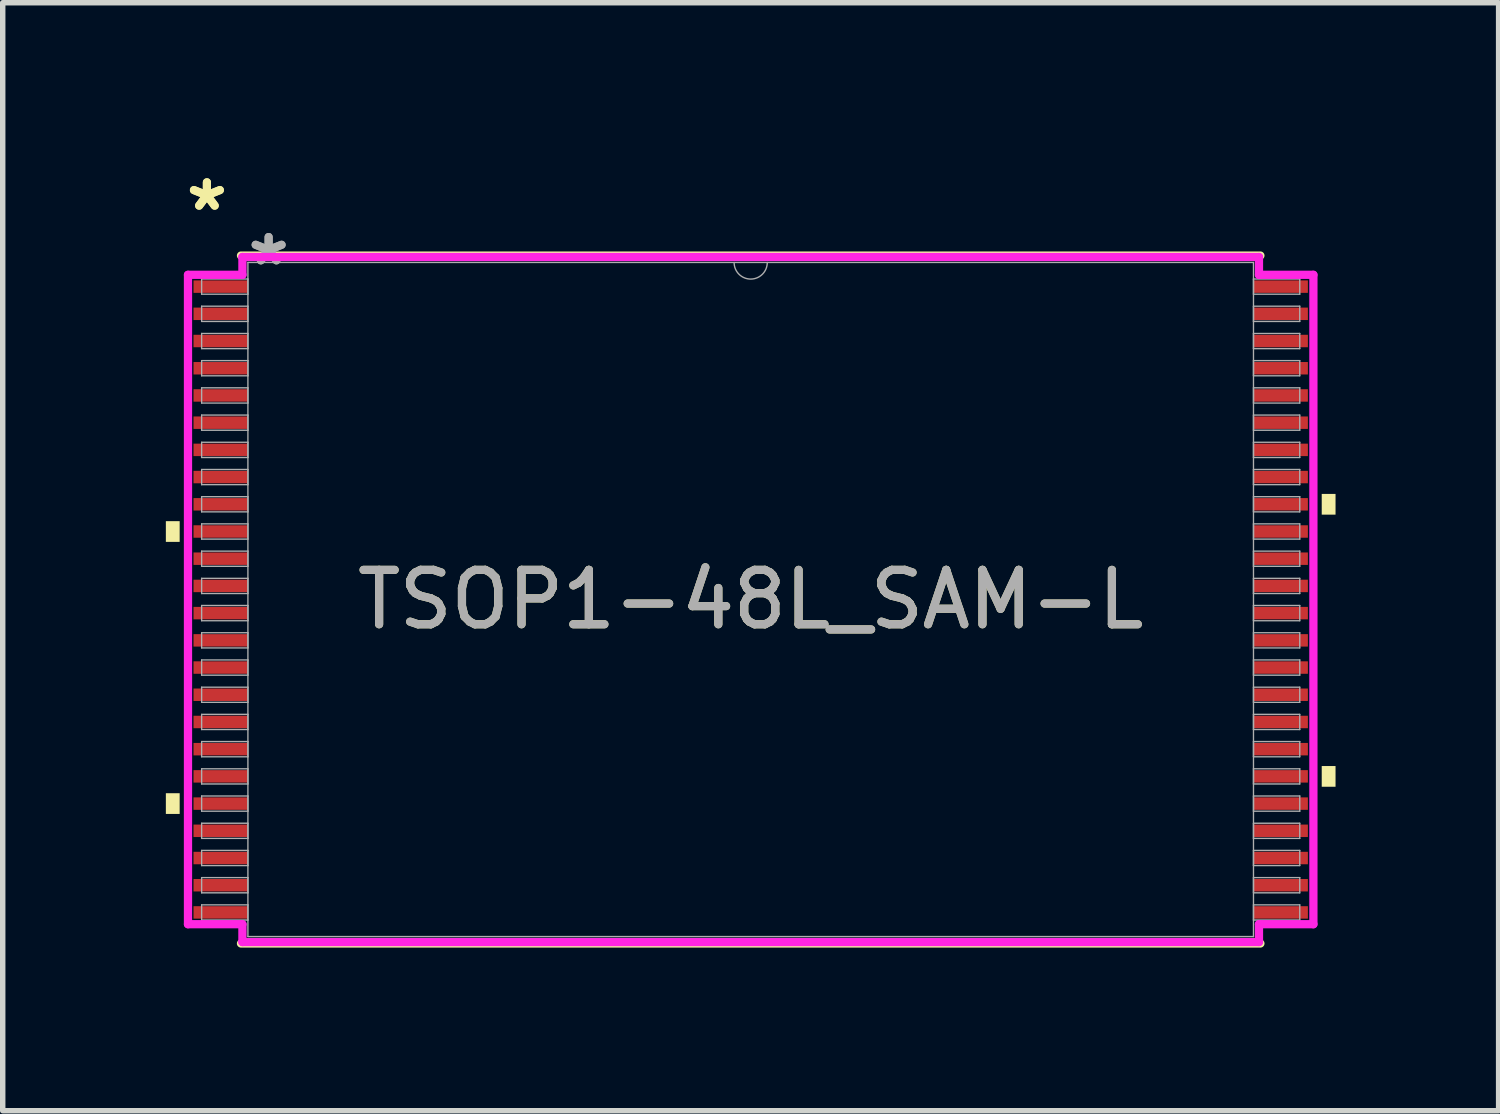
<source format=kicad_pcb>
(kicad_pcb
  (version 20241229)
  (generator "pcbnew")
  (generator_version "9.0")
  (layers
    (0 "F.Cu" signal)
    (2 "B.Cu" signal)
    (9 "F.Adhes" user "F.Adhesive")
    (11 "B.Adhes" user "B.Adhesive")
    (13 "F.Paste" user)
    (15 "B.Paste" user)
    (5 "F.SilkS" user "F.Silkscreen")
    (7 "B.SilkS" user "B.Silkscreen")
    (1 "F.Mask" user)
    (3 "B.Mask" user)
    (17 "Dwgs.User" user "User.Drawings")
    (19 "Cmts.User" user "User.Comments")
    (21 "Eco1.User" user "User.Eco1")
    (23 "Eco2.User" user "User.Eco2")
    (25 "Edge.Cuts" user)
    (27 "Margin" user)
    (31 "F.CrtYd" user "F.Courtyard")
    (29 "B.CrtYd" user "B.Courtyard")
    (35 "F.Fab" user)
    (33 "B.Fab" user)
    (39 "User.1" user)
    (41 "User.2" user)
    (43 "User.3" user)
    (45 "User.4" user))
  (footprint "TSOP1-48L_SAM-L"
    (layer "F.Cu")
    (at 10.755 7.975)
    (property "Reference" "TSOP1-48L_SAM-L" (at 0 0 0) (unlocked yes) (layer "F.SilkS") (effects (font (size 1 1) (thickness 0.15))))
    (attr smd)
    (fp_line (start -9.373 6.325) (end 9.373 6.325) (stroke (width 0.152) (type solid)) (layer "F.SilkS"))
    (fp_line (start 9.373 -6.325) (end -9.373 -6.325) (stroke (width 0.152) (type solid)) (layer "F.SilkS"))
    (fp_poly (pts (xy -10.755 -1.441) (xy -10.755 -1.06) (xy -10.501 -1.06) (xy -10.501 -1.441)) (stroke (width 0) (type solid)) (fill yes) (layer "F.SilkS"))
    (fp_poly (pts (xy -10.755 3.562) (xy -10.755 3.943) (xy -10.501 3.943) (xy -10.501 3.562)) (stroke (width 0) (type solid)) (fill yes) (layer "F.SilkS"))
    (fp_poly (pts (xy 10.755 -1.942) (xy 10.755 -1.561) (xy 10.501 -1.561) (xy 10.501 -1.942)) (stroke (width 0) (type solid)) (fill yes) (layer "F.SilkS"))
    (fp_poly (pts (xy 10.755 3.062) (xy 10.755 3.443) (xy 10.501 3.443) (xy 10.501 3.062)) (stroke (width 0) (type solid)) (fill yes) (layer "F.SilkS"))
    (fp_line (start -10.348 -5.971) (end -9.347 -5.971) (stroke (width 0.152) (type solid)) (layer "F.CrtYd"))
    (fp_line (start -10.348 5.971) (end -10.348 -5.971) (stroke (width 0.152) (type solid)) (layer "F.CrtYd"))
    (fp_line (start -10.348 5.971) (end -9.347 5.971) (stroke (width 0.152) (type solid)) (layer "F.CrtYd"))
    (fp_line (start -9.347 -6.299) (end 9.347 -6.299) (stroke (width 0.152) (type solid)) (layer "F.CrtYd"))
    (fp_line (start -9.347 -5.971) (end -9.347 -6.299) (stroke (width 0.152) (type solid)) (layer "F.CrtYd"))
    (fp_line (start -9.347 6.299) (end -9.347 5.971) (stroke (width 0.152) (type solid)) (layer "F.CrtYd"))
    (fp_line (start 9.347 -6.299) (end 9.347 -5.971) (stroke (width 0.152) (type solid)) (layer "F.CrtYd"))
    (fp_line (start 9.347 5.971) (end 9.347 6.299) (stroke (width 0.152) (type solid)) (layer "F.CrtYd"))
    (fp_line (start 9.347 6.299) (end -9.347 6.299) (stroke (width 0.152) (type solid)) (layer "F.CrtYd"))
    (fp_line (start 10.348 -5.971) (end 9.347 -5.971) (stroke (width 0.152) (type solid)) (layer "F.CrtYd"))
    (fp_line (start 10.348 -5.971) (end 10.348 5.971) (stroke (width 0.152) (type solid)) (layer "F.CrtYd"))
    (fp_line (start 10.348 5.971) (end 9.347 5.971) (stroke (width 0.152) (type solid)) (layer "F.CrtYd"))
    (fp_line (start -10.097 -5.894) (end -10.097 -5.615) (stroke (width 0.025) (type solid)) (layer "F.Fab"))
    (fp_line (start -10.097 -5.615) (end -9.246 -5.615) (stroke (width 0.025) (type solid)) (layer "F.Fab"))
    (fp_line (start -10.097 -5.394) (end -10.097 -5.114) (stroke (width 0.025) (type solid)) (layer "F.Fab"))
    (fp_line (start -10.097 -5.114) (end -9.246 -5.114) (stroke (width 0.025) (type solid)) (layer "F.Fab"))
    (fp_line (start -10.097 -4.893) (end -10.097 -4.614) (stroke (width 0.025) (type solid)) (layer "F.Fab"))
    (fp_line (start -10.097 -4.614) (end -9.246 -4.614) (stroke (width 0.025) (type solid)) (layer "F.Fab"))
    (fp_line (start -10.097 -4.393) (end -10.097 -4.114) (stroke (width 0.025) (type solid)) (layer "F.Fab"))
    (fp_line (start -10.097 -4.114) (end -9.246 -4.114) (stroke (width 0.025) (type solid)) (layer "F.Fab"))
    (fp_line (start -10.097 -3.893) (end -10.097 -3.613) (stroke (width 0.025) (type solid)) (layer "F.Fab"))
    (fp_line (start -10.097 -3.613) (end -9.246 -3.613) (stroke (width 0.025) (type solid)) (layer "F.Fab"))
    (fp_line (start -10.097 -3.392) (end -10.097 -3.113) (stroke (width 0.025) (type solid)) (layer "F.Fab"))
    (fp_line (start -10.097 -3.113) (end -9.246 -3.113) (stroke (width 0.025) (type solid)) (layer "F.Fab"))
    (fp_line (start -10.097 -2.892) (end -10.097 -2.612) (stroke (width 0.025) (type solid)) (layer "F.Fab"))
    (fp_line (start -10.097 -2.612) (end -9.246 -2.612) (stroke (width 0.025) (type solid)) (layer "F.Fab"))
    (fp_line (start -10.097 -2.391) (end -10.097 -2.112) (stroke (width 0.025) (type solid)) (layer "F.Fab"))
    (fp_line (start -10.097 -2.112) (end -9.246 -2.112) (stroke (width 0.025) (type solid)) (layer "F.Fab"))
    (fp_line (start -10.097 -1.891) (end -10.097 -1.612) (stroke (width 0.025) (type solid)) (layer "F.Fab"))
    (fp_line (start -10.097 -1.612) (end -9.246 -1.612) (stroke (width 0.025) (type solid)) (layer "F.Fab"))
    (fp_line (start -10.097 -1.391) (end -10.097 -1.111) (stroke (width 0.025) (type solid)) (layer "F.Fab"))
    (fp_line (start -10.097 -1.111) (end -9.246 -1.111) (stroke (width 0.025) (type solid)) (layer "F.Fab"))
    (fp_line (start -10.097 -0.89) (end -10.097 -0.611) (stroke (width 0.025) (type solid)) (layer "F.Fab"))
    (fp_line (start -10.097 -0.611) (end -9.246 -0.611) (stroke (width 0.025) (type solid)) (layer "F.Fab"))
    (fp_line (start -10.097 -0.39) (end -10.097 -0.11) (stroke (width 0.025) (type solid)) (layer "F.Fab"))
    (fp_line (start -10.097 -0.11) (end -9.246 -0.11) (stroke (width 0.025) (type solid)) (layer "F.Fab"))
    (fp_line (start -10.097 0.11) (end -10.097 0.39) (stroke (width 0.025) (type solid)) (layer "F.Fab"))
    (fp_line (start -10.097 0.39) (end -9.246 0.39) (stroke (width 0.025) (type solid)) (layer "F.Fab"))
    (fp_line (start -10.097 0.611) (end -10.097 0.89) (stroke (width 0.025) (type solid)) (layer "F.Fab"))
    (fp_line (start -10.097 0.89) (end -9.246 0.89) (stroke (width 0.025) (type solid)) (layer "F.Fab"))
    (fp_line (start -10.097 1.111) (end -10.097 1.391) (stroke (width 0.025) (type solid)) (layer "F.Fab"))
    (fp_line (start -10.097 1.391) (end -9.246 1.391) (stroke (width 0.025) (type solid)) (layer "F.Fab"))
    (fp_line (start -10.097 1.612) (end -10.097 1.891) (stroke (width 0.025) (type solid)) (layer "F.Fab"))
    (fp_line (start -10.097 1.891) (end -9.246 1.891) (stroke (width 0.025) (type solid)) (layer "F.Fab"))
    (fp_line (start -10.097 2.112) (end -10.097 2.391) (stroke (width 0.025) (type solid)) (layer "F.Fab"))
    (fp_line (start -10.097 2.391) (end -9.246 2.391) (stroke (width 0.025) (type solid)) (layer "F.Fab"))
    (fp_line (start -10.097 2.612) (end -10.097 2.892) (stroke (width 0.025) (type solid)) (layer "F.Fab"))
    (fp_line (start -10.097 2.892) (end -9.246 2.892) (stroke (width 0.025) (type solid)) (layer "F.Fab"))
    (fp_line (start -10.097 3.113) (end -10.097 3.392) (stroke (width 0.025) (type solid)) (layer "F.Fab"))
    (fp_line (start -10.097 3.392) (end -9.246 3.392) (stroke (width 0.025) (type solid)) (layer "F.Fab"))
    (fp_line (start -10.097 3.613) (end -10.097 3.893) (stroke (width 0.025) (type solid)) (layer "F.Fab"))
    (fp_line (start -10.097 3.893) (end -9.246 3.893) (stroke (width 0.025) (type solid)) (layer "F.Fab"))
    (fp_line (start -10.097 4.114) (end -10.097 4.393) (stroke (width 0.025) (type solid)) (layer "F.Fab"))
    (fp_line (start -10.097 4.393) (end -9.246 4.393) (stroke (width 0.025) (type solid)) (layer "F.Fab"))
    (fp_line (start -10.097 4.614) (end -10.097 4.893) (stroke (width 0.025) (type solid)) (layer "F.Fab"))
    (fp_line (start -10.097 4.893) (end -9.246 4.893) (stroke (width 0.025) (type solid)) (layer "F.Fab"))
    (fp_line (start -10.097 5.114) (end -10.097 5.394) (stroke (width 0.025) (type solid)) (layer "F.Fab"))
    (fp_line (start -10.097 5.394) (end -9.246 5.394) (stroke (width 0.025) (type solid)) (layer "F.Fab"))
    (fp_line (start -10.097 5.615) (end -10.097 5.894) (stroke (width 0.025) (type solid)) (layer "F.Fab"))
    (fp_line (start -10.097 5.894) (end -9.246 5.894) (stroke (width 0.025) (type solid)) (layer "F.Fab"))
    (fp_line (start -9.246 -6.198) (end -9.246 6.198) (stroke (width 0.025) (type solid)) (layer "F.Fab"))
    (fp_line (start -9.246 -5.894) (end -10.097 -5.894) (stroke (width 0.025) (type solid)) (layer "F.Fab"))
    (fp_line (start -9.246 -5.615) (end -9.246 -5.894) (stroke (width 0.025) (type solid)) (layer "F.Fab"))
    (fp_line (start -9.246 -5.394) (end -10.097 -5.394) (stroke (width 0.025) (type solid)) (layer "F.Fab"))
    (fp_line (start -9.246 -5.114) (end -9.246 -5.394) (stroke (width 0.025) (type solid)) (layer "F.Fab"))
    (fp_line (start -9.246 -4.893) (end -10.097 -4.893) (stroke (width 0.025) (type solid)) (layer "F.Fab"))
    (fp_line (start -9.246 -4.614) (end -9.246 -4.893) (stroke (width 0.025) (type solid)) (layer "F.Fab"))
    (fp_line (start -9.246 -4.393) (end -10.097 -4.393) (stroke (width 0.025) (type solid)) (layer "F.Fab"))
    (fp_line (start -9.246 -4.114) (end -9.246 -4.393) (stroke (width 0.025) (type solid)) (layer "F.Fab"))
    (fp_line (start -9.246 -3.893) (end -10.097 -3.893) (stroke (width 0.025) (type solid)) (layer "F.Fab"))
    (fp_line (start -9.246 -3.613) (end -9.246 -3.893) (stroke (width 0.025) (type solid)) (layer "F.Fab"))
    (fp_line (start -9.246 -3.392) (end -10.097 -3.392) (stroke (width 0.025) (type solid)) (layer "F.Fab"))
    (fp_line (start -9.246 -3.113) (end -9.246 -3.392) (stroke (width 0.025) (type solid)) (layer "F.Fab"))
    (fp_line (start -9.246 -2.892) (end -10.097 -2.892) (stroke (width 0.025) (type solid)) (layer "F.Fab"))
    (fp_line (start -9.246 -2.612) (end -9.246 -2.892) (stroke (width 0.025) (type solid)) (layer "F.Fab"))
    (fp_line (start -9.246 -2.391) (end -10.097 -2.391) (stroke (width 0.025) (type solid)) (layer "F.Fab"))
    (fp_line (start -9.246 -2.112) (end -9.246 -2.391) (stroke (width 0.025) (type solid)) (layer "F.Fab"))
    (fp_line (start -9.246 -1.891) (end -10.097 -1.891) (stroke (width 0.025) (type solid)) (layer "F.Fab"))
    (fp_line (start -9.246 -1.612) (end -9.246 -1.891) (stroke (width 0.025) (type solid)) (layer "F.Fab"))
    (fp_line (start -9.246 -1.391) (end -10.097 -1.391) (stroke (width 0.025) (type solid)) (layer "F.Fab"))
    (fp_line (start -9.246 -1.111) (end -9.246 -1.391) (stroke (width 0.025) (type solid)) (layer "F.Fab"))
    (fp_line (start -9.246 -0.89) (end -10.097 -0.89) (stroke (width 0.025) (type solid)) (layer "F.Fab"))
    (fp_line (start -9.246 -0.611) (end -9.246 -0.89) (stroke (width 0.025) (type solid)) (layer "F.Fab"))
    (fp_line (start -9.246 -0.39) (end -10.097 -0.39) (stroke (width 0.025) (type solid)) (layer "F.Fab"))
    (fp_line (start -9.246 -0.11) (end -9.246 -0.39) (stroke (width 0.025) (type solid)) (layer "F.Fab"))
    (fp_line (start -9.246 0.11) (end -10.097 0.11) (stroke (width 0.025) (type solid)) (layer "F.Fab"))
    (fp_line (start -9.246 0.39) (end -9.246 0.11) (stroke (width 0.025) (type solid)) (layer "F.Fab"))
    (fp_line (start -9.246 0.611) (end -10.097 0.611) (stroke (width 0.025) (type solid)) (layer "F.Fab"))
    (fp_line (start -9.246 0.89) (end -9.246 0.611) (stroke (width 0.025) (type solid)) (layer "F.Fab"))
    (fp_line (start -9.246 1.111) (end -10.097 1.111) (stroke (width 0.025) (type solid)) (layer "F.Fab"))
    (fp_line (start -9.246 1.391) (end -9.246 1.111) (stroke (width 0.025) (type solid)) (layer "F.Fab"))
    (fp_line (start -9.246 1.612) (end -10.097 1.612) (stroke (width 0.025) (type solid)) (layer "F.Fab"))
    (fp_line (start -9.246 1.891) (end -9.246 1.612) (stroke (width 0.025) (type solid)) (layer "F.Fab"))
    (fp_line (start -9.246 2.112) (end -10.097 2.112) (stroke (width 0.025) (type solid)) (layer "F.Fab"))
    (fp_line (start -9.246 2.391) (end -9.246 2.112) (stroke (width 0.025) (type solid)) (layer "F.Fab"))
    (fp_line (start -9.246 2.612) (end -10.097 2.612) (stroke (width 0.025) (type solid)) (layer "F.Fab"))
    (fp_line (start -9.246 2.892) (end -9.246 2.612) (stroke (width 0.025) (type solid)) (layer "F.Fab"))
    (fp_line (start -9.246 3.113) (end -10.097 3.113) (stroke (width 0.025) (type solid)) (layer "F.Fab"))
    (fp_line (start -9.246 3.392) (end -9.246 3.113) (stroke (width 0.025) (type solid)) (layer "F.Fab"))
    (fp_line (start -9.246 3.613) (end -10.097 3.613) (stroke (width 0.025) (type solid)) (layer "F.Fab"))
    (fp_line (start -9.246 3.893) (end -9.246 3.613) (stroke (width 0.025) (type solid)) (layer "F.Fab"))
    (fp_line (start -9.246 4.114) (end -10.097 4.114) (stroke (width 0.025) (type solid)) (layer "F.Fab"))
    (fp_line (start -9.246 4.393) (end -9.246 4.114) (stroke (width 0.025) (type solid)) (layer "F.Fab"))
    (fp_line (start -9.246 4.614) (end -10.097 4.614) (stroke (width 0.025) (type solid)) (layer "F.Fab"))
    (fp_line (start -9.246 4.893) (end -9.246 4.614) (stroke (width 0.025) (type solid)) (layer "F.Fab"))
    (fp_line (start -9.246 5.114) (end -10.097 5.114) (stroke (width 0.025) (type solid)) (layer "F.Fab"))
    (fp_line (start -9.246 5.394) (end -9.246 5.114) (stroke (width 0.025) (type solid)) (layer "F.Fab"))
    (fp_line (start -9.246 5.615) (end -10.097 5.615) (stroke (width 0.025) (type solid)) (layer "F.Fab"))
    (fp_line (start -9.246 5.894) (end -9.246 5.615) (stroke (width 0.025) (type solid)) (layer "F.Fab"))
    (fp_line (start -9.246 6.198) (end 9.246 6.198) (stroke (width 0.025) (type solid)) (layer "F.Fab"))
    (fp_line (start 9.246 -6.198) (end -9.246 -6.198) (stroke (width 0.025) (type solid)) (layer "F.Fab"))
    (fp_line (start 9.246 -5.894) (end 9.246 -5.615) (stroke (width 0.025) (type solid)) (layer "F.Fab"))
    (fp_line (start 9.246 -5.615) (end 10.097 -5.615) (stroke (width 0.025) (type solid)) (layer "F.Fab"))
    (fp_line (start 9.246 -5.394) (end 9.246 -5.114) (stroke (width 0.025) (type solid)) (layer "F.Fab"))
    (fp_line (start 9.246 -5.114) (end 10.097 -5.114) (stroke (width 0.025) (type solid)) (layer "F.Fab"))
    (fp_line (start 9.246 -4.893) (end 9.246 -4.614) (stroke (width 0.025) (type solid)) (layer "F.Fab"))
    (fp_line (start 9.246 -4.614) (end 10.097 -4.614) (stroke (width 0.025) (type solid)) (layer "F.Fab"))
    (fp_line (start 9.246 -4.393) (end 9.246 -4.114) (stroke (width 0.025) (type solid)) (layer "F.Fab"))
    (fp_line (start 9.246 -4.114) (end 10.097 -4.114) (stroke (width 0.025) (type solid)) (layer "F.Fab"))
    (fp_line (start 9.246 -3.893) (end 9.246 -3.613) (stroke (width 0.025) (type solid)) (layer "F.Fab"))
    (fp_line (start 9.246 -3.613) (end 10.097 -3.613) (stroke (width 0.025) (type solid)) (layer "F.Fab"))
    (fp_line (start 9.246 -3.392) (end 9.246 -3.113) (stroke (width 0.025) (type solid)) (layer "F.Fab"))
    (fp_line (start 9.246 -3.113) (end 10.097 -3.113) (stroke (width 0.025) (type solid)) (layer "F.Fab"))
    (fp_line (start 9.246 -2.892) (end 9.246 -2.612) (stroke (width 0.025) (type solid)) (layer "F.Fab"))
    (fp_line (start 9.246 -2.612) (end 10.097 -2.612) (stroke (width 0.025) (type solid)) (layer "F.Fab"))
    (fp_line (start 9.246 -2.391) (end 9.246 -2.112) (stroke (width 0.025) (type solid)) (layer "F.Fab"))
    (fp_line (start 9.246 -2.112) (end 10.097 -2.112) (stroke (width 0.025) (type solid)) (layer "F.Fab"))
    (fp_line (start 9.246 -1.891) (end 9.246 -1.612) (stroke (width 0.025) (type solid)) (layer "F.Fab"))
    (fp_line (start 9.246 -1.612) (end 10.097 -1.612) (stroke (width 0.025) (type solid)) (layer "F.Fab"))
    (fp_line (start 9.246 -1.391) (end 9.246 -1.111) (stroke (width 0.025) (type solid)) (layer "F.Fab"))
    (fp_line (start 9.246 -1.111) (end 10.097 -1.111) (stroke (width 0.025) (type solid)) (layer "F.Fab"))
    (fp_line (start 9.246 -0.89) (end 9.246 -0.611) (stroke (width 0.025) (type solid)) (layer "F.Fab"))
    (fp_line (start 9.246 -0.611) (end 10.097 -0.611) (stroke (width 0.025) (type solid)) (layer "F.Fab"))
    (fp_line (start 9.246 -0.39) (end 9.246 -0.11) (stroke (width 0.025) (type solid)) (layer "F.Fab"))
    (fp_line (start 9.246 -0.11) (end 10.097 -0.11) (stroke (width 0.025) (type solid)) (layer "F.Fab"))
    (fp_line (start 9.246 0.11) (end 9.246 0.39) (stroke (width 0.025) (type solid)) (layer "F.Fab"))
    (fp_line (start 9.246 0.39) (end 10.097 0.39) (stroke (width 0.025) (type solid)) (layer "F.Fab"))
    (fp_line (start 9.246 0.611) (end 9.246 0.89) (stroke (width 0.025) (type solid)) (layer "F.Fab"))
    (fp_line (start 9.246 0.89) (end 10.097 0.89) (stroke (width 0.025) (type solid)) (layer "F.Fab"))
    (fp_line (start 9.246 1.111) (end 9.246 1.391) (stroke (width 0.025) (type solid)) (layer "F.Fab"))
    (fp_line (start 9.246 1.391) (end 10.097 1.391) (stroke (width 0.025) (type solid)) (layer "F.Fab"))
    (fp_line (start 9.246 1.612) (end 9.246 1.891) (stroke (width 0.025) (type solid)) (layer "F.Fab"))
    (fp_line (start 9.246 1.891) (end 10.097 1.891) (stroke (width 0.025) (type solid)) (layer "F.Fab"))
    (fp_line (start 9.246 2.112) (end 9.246 2.391) (stroke (width 0.025) (type solid)) (layer "F.Fab"))
    (fp_line (start 9.246 2.391) (end 10.097 2.391) (stroke (width 0.025) (type solid)) (layer "F.Fab"))
    (fp_line (start 9.246 2.612) (end 9.246 2.892) (stroke (width 0.025) (type solid)) (layer "F.Fab"))
    (fp_line (start 9.246 2.892) (end 10.097 2.892) (stroke (width 0.025) (type solid)) (layer "F.Fab"))
    (fp_line (start 9.246 3.113) (end 9.246 3.392) (stroke (width 0.025) (type solid)) (layer "F.Fab"))
    (fp_line (start 9.246 3.392) (end 10.097 3.392) (stroke (width 0.025) (type solid)) (layer "F.Fab"))
    (fp_line (start 9.246 3.613) (end 9.246 3.893) (stroke (width 0.025) (type solid)) (layer "F.Fab"))
    (fp_line (start 9.246 3.893) (end 10.097 3.893) (stroke (width 0.025) (type solid)) (layer "F.Fab"))
    (fp_line (start 9.246 4.114) (end 9.246 4.393) (stroke (width 0.025) (type solid)) (layer "F.Fab"))
    (fp_line (start 9.246 4.393) (end 10.097 4.393) (stroke (width 0.025) (type solid)) (layer "F.Fab"))
    (fp_line (start 9.246 4.614) (end 9.246 4.893) (stroke (width 0.025) (type solid)) (layer "F.Fab"))
    (fp_line (start 9.246 4.893) (end 10.097 4.893) (stroke (width 0.025) (type solid)) (layer "F.Fab"))
    (fp_line (start 9.246 5.114) (end 9.246 5.394) (stroke (width 0.025) (type solid)) (layer "F.Fab"))
    (fp_line (start 9.246 5.394) (end 10.097 5.394) (stroke (width 0.025) (type solid)) (layer "F.Fab"))
    (fp_line (start 9.246 5.615) (end 9.246 5.894) (stroke (width 0.025) (type solid)) (layer "F.Fab"))
    (fp_line (start 9.246 5.894) (end 10.097 5.894) (stroke (width 0.025) (type solid)) (layer "F.Fab"))
    (fp_line (start 9.246 6.198) (end 9.246 -6.198) (stroke (width 0.025) (type solid)) (layer "F.Fab"))
    (fp_line (start 10.097 -5.894) (end 9.246 -5.894) (stroke (width 0.025) (type solid)) (layer "F.Fab"))
    (fp_line (start 10.097 -5.615) (end 10.097 -5.894) (stroke (width 0.025) (type solid)) (layer "F.Fab"))
    (fp_line (start 10.097 -5.394) (end 9.246 -5.394) (stroke (width 0.025) (type solid)) (layer "F.Fab"))
    (fp_line (start 10.097 -5.114) (end 10.097 -5.394) (stroke (width 0.025) (type solid)) (layer "F.Fab"))
    (fp_line (start 10.097 -4.893) (end 9.246 -4.893) (stroke (width 0.025) (type solid)) (layer "F.Fab"))
    (fp_line (start 10.097 -4.614) (end 10.097 -4.893) (stroke (width 0.025) (type solid)) (layer "F.Fab"))
    (fp_line (start 10.097 -4.393) (end 9.246 -4.393) (stroke (width 0.025) (type solid)) (layer "F.Fab"))
    (fp_line (start 10.097 -4.114) (end 10.097 -4.393) (stroke (width 0.025) (type solid)) (layer "F.Fab"))
    (fp_line (start 10.097 -3.893) (end 9.246 -3.893) (stroke (width 0.025) (type solid)) (layer "F.Fab"))
    (fp_line (start 10.097 -3.613) (end 10.097 -3.893) (stroke (width 0.025) (type solid)) (layer "F.Fab"))
    (fp_line (start 10.097 -3.392) (end 9.246 -3.392) (stroke (width 0.025) (type solid)) (layer "F.Fab"))
    (fp_line (start 10.097 -3.113) (end 10.097 -3.392) (stroke (width 0.025) (type solid)) (layer "F.Fab"))
    (fp_line (start 10.097 -2.892) (end 9.246 -2.892) (stroke (width 0.025) (type solid)) (layer "F.Fab"))
    (fp_line (start 10.097 -2.612) (end 10.097 -2.892) (stroke (width 0.025) (type solid)) (layer "F.Fab"))
    (fp_line (start 10.097 -2.391) (end 9.246 -2.391) (stroke (width 0.025) (type solid)) (layer "F.Fab"))
    (fp_line (start 10.097 -2.112) (end 10.097 -2.391) (stroke (width 0.025) (type solid)) (layer "F.Fab"))
    (fp_line (start 10.097 -1.891) (end 9.246 -1.891) (stroke (width 0.025) (type solid)) (layer "F.Fab"))
    (fp_line (start 10.097 -1.612) (end 10.097 -1.891) (stroke (width 0.025) (type solid)) (layer "F.Fab"))
    (fp_line (start 10.097 -1.391) (end 9.246 -1.391) (stroke (width 0.025) (type solid)) (layer "F.Fab"))
    (fp_line (start 10.097 -1.111) (end 10.097 -1.391) (stroke (width 0.025) (type solid)) (layer "F.Fab"))
    (fp_line (start 10.097 -0.89) (end 9.246 -0.89) (stroke (width 0.025) (type solid)) (layer "F.Fab"))
    (fp_line (start 10.097 -0.611) (end 10.097 -0.89) (stroke (width 0.025) (type solid)) (layer "F.Fab"))
    (fp_line (start 10.097 -0.39) (end 9.246 -0.39) (stroke (width 0.025) (type solid)) (layer "F.Fab"))
    (fp_line (start 10.097 -0.11) (end 10.097 -0.39) (stroke (width 0.025) (type solid)) (layer "F.Fab"))
    (fp_line (start 10.097 0.11) (end 9.246 0.11) (stroke (width 0.025) (type solid)) (layer "F.Fab"))
    (fp_line (start 10.097 0.39) (end 10.097 0.11) (stroke (width 0.025) (type solid)) (layer "F.Fab"))
    (fp_line (start 10.097 0.611) (end 9.246 0.611) (stroke (width 0.025) (type solid)) (layer "F.Fab"))
    (fp_line (start 10.097 0.89) (end 10.097 0.611) (stroke (width 0.025) (type solid)) (layer "F.Fab"))
    (fp_line (start 10.097 1.111) (end 9.246 1.111) (stroke (width 0.025) (type solid)) (layer "F.Fab"))
    (fp_line (start 10.097 1.391) (end 10.097 1.111) (stroke (width 0.025) (type solid)) (layer "F.Fab"))
    (fp_line (start 10.097 1.612) (end 9.246 1.612) (stroke (width 0.025) (type solid)) (layer "F.Fab"))
    (fp_line (start 10.097 1.891) (end 10.097 1.612) (stroke (width 0.025) (type solid)) (layer "F.Fab"))
    (fp_line (start 10.097 2.112) (end 9.246 2.112) (stroke (width 0.025) (type solid)) (layer "F.Fab"))
    (fp_line (start 10.097 2.391) (end 10.097 2.112) (stroke (width 0.025) (type solid)) (layer "F.Fab"))
    (fp_line (start 10.097 2.612) (end 9.246 2.612) (stroke (width 0.025) (type solid)) (layer "F.Fab"))
    (fp_line (start 10.097 2.892) (end 10.097 2.612) (stroke (width 0.025) (type solid)) (layer "F.Fab"))
    (fp_line (start 10.097 3.113) (end 9.246 3.113) (stroke (width 0.025) (type solid)) (layer "F.Fab"))
    (fp_line (start 10.097 3.392) (end 10.097 3.113) (stroke (width 0.025) (type solid)) (layer "F.Fab"))
    (fp_line (start 10.097 3.613) (end 9.246 3.613) (stroke (width 0.025) (type solid)) (layer "F.Fab"))
    (fp_line (start 10.097 3.893) (end 10.097 3.613) (stroke (width 0.025) (type solid)) (layer "F.Fab"))
    (fp_line (start 10.097 4.114) (end 9.246 4.114) (stroke (width 0.025) (type solid)) (layer "F.Fab"))
    (fp_line (start 10.097 4.393) (end 10.097 4.114) (stroke (width 0.025) (type solid)) (layer "F.Fab"))
    (fp_line (start 10.097 4.614) (end 9.246 4.614) (stroke (width 0.025) (type solid)) (layer "F.Fab"))
    (fp_line (start 10.097 4.893) (end 10.097 4.614) (stroke (width 0.025) (type solid)) (layer "F.Fab"))
    (fp_line (start 10.097 5.114) (end 9.246 5.114) (stroke (width 0.025) (type solid)) (layer "F.Fab"))
    (fp_line (start 10.097 5.394) (end 10.097 5.114) (stroke (width 0.025) (type solid)) (layer "F.Fab"))
    (fp_line (start 10.097 5.615) (end 9.246 5.615) (stroke (width 0.025) (type solid)) (layer "F.Fab"))
    (fp_line (start 10.097 5.894) (end 10.097 5.615) (stroke (width 0.025) (type solid)) (layer "F.Fab"))
    (fp_arc (start 0.3048 -6.1976) (mid 0 -5.8928) (end -0.3048 -6.1976) (stroke (width 0.0254) (type solid)) (layer "F.Fab"))
    (fp_text user "*" (at -10 -7.127 0) (layer "F.SilkS") (effects (font (size 1 1) (thickness 0.15))))
    (fp_text user "*" (at -10 -7.127 0) (unlocked yes) (layer "F.SilkS") (effects (font (size 1 1) (thickness 0.15))))
    (fp_text user "${REFERENCE}" (at 0 0 0) (unlocked yes) (layer "F.Fab") (effects (font (size 1 1) (thickness 0.15))))
    (fp_text user "*" (at -8.865 -6.121 0) (layer "F.Fab") (effects (font (size 1 1) (thickness 0.15))))
    (fp_text user "*" (at -8.865 -6.121 0) (unlocked yes) (layer "F.Fab") (effects (font (size 1 1) (thickness 0.15))))
    (pad "1" smd rect (at -9.746 -5.754) (size 1.001 0.229) (layers "F.Cu" "F.Mask" "F.Paste"))
    (pad "2" smd rect (at -9.746 -5.254) (size 1.001 0.229) (layers "F.Cu" "F.Mask" "F.Paste"))
    (pad "3" smd rect (at -9.746 -4.754) (size 1.001 0.229) (layers "F.Cu" "F.Mask" "F.Paste"))
    (pad "4" smd rect (at -9.746 -4.253) (size 1.001 0.229) (layers "F.Cu" "F.Mask" "F.Paste"))
    (pad "5" smd rect (at -9.746 -3.753) (size 1.001 0.229) (layers "F.Cu" "F.Mask" "F.Paste"))
    (pad "6" smd rect (at -9.746 -3.252) (size 1.001 0.229) (layers "F.Cu" "F.Mask" "F.Paste"))
    (pad "7" smd rect (at -9.746 -2.752) (size 1.001 0.229) (layers "F.Cu" "F.Mask" "F.Paste"))
    (pad "8" smd rect (at -9.746 -2.252) (size 1.001 0.229) (layers "F.Cu" "F.Mask" "F.Paste"))
    (pad "9" smd rect (at -9.746 -1.751) (size 1.001 0.229) (layers "F.Cu" "F.Mask" "F.Paste"))
    (pad "10" smd rect (at -9.746 -1.251) (size 1.001 0.229) (layers "F.Cu" "F.Mask" "F.Paste"))
    (pad "11" smd rect (at -9.746 -0.751) (size 1.001 0.229) (layers "F.Cu" "F.Mask" "F.Paste"))
    (pad "12" smd rect (at -9.746 -0.25) (size 1.001 0.229) (layers "F.Cu" "F.Mask" "F.Paste"))
    (pad "13" smd rect (at -9.746 0.25) (size 1.001 0.229) (layers "F.Cu" "F.Mask" "F.Paste"))
    (pad "14" smd rect (at -9.746 0.751) (size 1.001 0.229) (layers "F.Cu" "F.Mask" "F.Paste"))
    (pad "15" smd rect (at -9.746 1.251) (size 1.001 0.229) (layers "F.Cu" "F.Mask" "F.Paste"))
    (pad "16" smd rect (at -9.746 1.751) (size 1.001 0.229) (layers "F.Cu" "F.Mask" "F.Paste"))
    (pad "17" smd rect (at -9.746 2.252) (size 1.001 0.229) (layers "F.Cu" "F.Mask" "F.Paste"))
    (pad "18" smd rect (at -9.746 2.752) (size 1.001 0.229) (layers "F.Cu" "F.Mask" "F.Paste"))
    (pad "19" smd rect (at -9.746 3.252) (size 1.001 0.229) (layers "F.Cu" "F.Mask" "F.Paste"))
    (pad "20" smd rect (at -9.746 3.753) (size 1.001 0.229) (layers "F.Cu" "F.Mask" "F.Paste"))
    (pad "21" smd rect (at -9.746 4.253) (size 1.001 0.229) (layers "F.Cu" "F.Mask" "F.Paste"))
    (pad "22" smd rect (at -9.746 4.754) (size 1.001 0.229) (layers "F.Cu" "F.Mask" "F.Paste"))
    (pad "23" smd rect (at -9.746 5.254) (size 1.001 0.229) (layers "F.Cu" "F.Mask" "F.Paste"))
    (pad "24" smd rect (at -9.746 5.754) (size 1.001 0.229) (layers "F.Cu" "F.Mask" "F.Paste"))
    (pad "25" smd rect (at 9.746 5.754) (size 1.001 0.229) (layers "F.Cu" "F.Mask" "F.Paste"))
    (pad "26" smd rect (at 9.746 5.254) (size 1.001 0.229) (layers "F.Cu" "F.Mask" "F.Paste"))
    (pad "27" smd rect (at 9.746 4.754) (size 1.001 0.229) (layers "F.Cu" "F.Mask" "F.Paste"))
    (pad "28" smd rect (at 9.746 4.253) (size 1.001 0.229) (layers "F.Cu" "F.Mask" "F.Paste"))
    (pad "29" smd rect (at 9.746 3.753) (size 1.001 0.229) (layers "F.Cu" "F.Mask" "F.Paste"))
    (pad "30" smd rect (at 9.746 3.252) (size 1.001 0.229) (layers "F.Cu" "F.Mask" "F.Paste"))
    (pad "31" smd rect (at 9.746 2.752) (size 1.001 0.229) (layers "F.Cu" "F.Mask" "F.Paste"))
    (pad "32" smd rect (at 9.746 2.252) (size 1.001 0.229) (layers "F.Cu" "F.Mask" "F.Paste"))
    (pad "33" smd rect (at 9.746 1.751) (size 1.001 0.229) (layers "F.Cu" "F.Mask" "F.Paste"))
    (pad "34" smd rect (at 9.746 1.251) (size 1.001 0.229) (layers "F.Cu" "F.Mask" "F.Paste"))
    (pad "35" smd rect (at 9.746 0.751) (size 1.001 0.229) (layers "F.Cu" "F.Mask" "F.Paste"))
    (pad "36" smd rect (at 9.746 0.25) (size 1.001 0.229) (layers "F.Cu" "F.Mask" "F.Paste"))
    (pad "37" smd rect (at 9.746 -0.25) (size 1.001 0.229) (layers "F.Cu" "F.Mask" "F.Paste"))
    (pad "38" smd rect (at 9.746 -0.751) (size 1.001 0.229) (layers "F.Cu" "F.Mask" "F.Paste"))
    (pad "39" smd rect (at 9.746 -1.251) (size 1.001 0.229) (layers "F.Cu" "F.Mask" "F.Paste"))
    (pad "40" smd rect (at 9.746 -1.751) (size 1.001 0.229) (layers "F.Cu" "F.Mask" "F.Paste"))
    (pad "41" smd rect (at 9.746 -2.252) (size 1.001 0.229) (layers "F.Cu" "F.Mask" "F.Paste"))
    (pad "42" smd rect (at 9.746 -2.752) (size 1.001 0.229) (layers "F.Cu" "F.Mask" "F.Paste"))
    (pad "43" smd rect (at 9.746 -3.252) (size 1.001 0.229) (layers "F.Cu" "F.Mask" "F.Paste"))
    (pad "44" smd rect (at 9.746 -3.753) (size 1.001 0.229) (layers "F.Cu" "F.Mask" "F.Paste"))
    (pad "45" smd rect (at 9.746 -4.253) (size 1.001 0.229) (layers "F.Cu" "F.Mask" "F.Paste"))
    (pad "46" smd rect (at 9.746 -4.754) (size 1.001 0.229) (layers "F.Cu" "F.Mask" "F.Paste"))
    (pad "47" smd rect (at 9.746 -5.254) (size 1.001 0.229) (layers "F.Cu" "F.Mask" "F.Paste"))
    (pad "48" smd rect (at 9.746 -5.754) (size 1.001 0.229) (layers "F.Cu" "F.Mask" "F.Paste")))
  (gr_rect
    (start -3 -3)
    (end 24.509 17.376)
    (stroke (width 0.1) (type default))
    (fill no)
    (layer "Edge.Cuts")))
</source>
